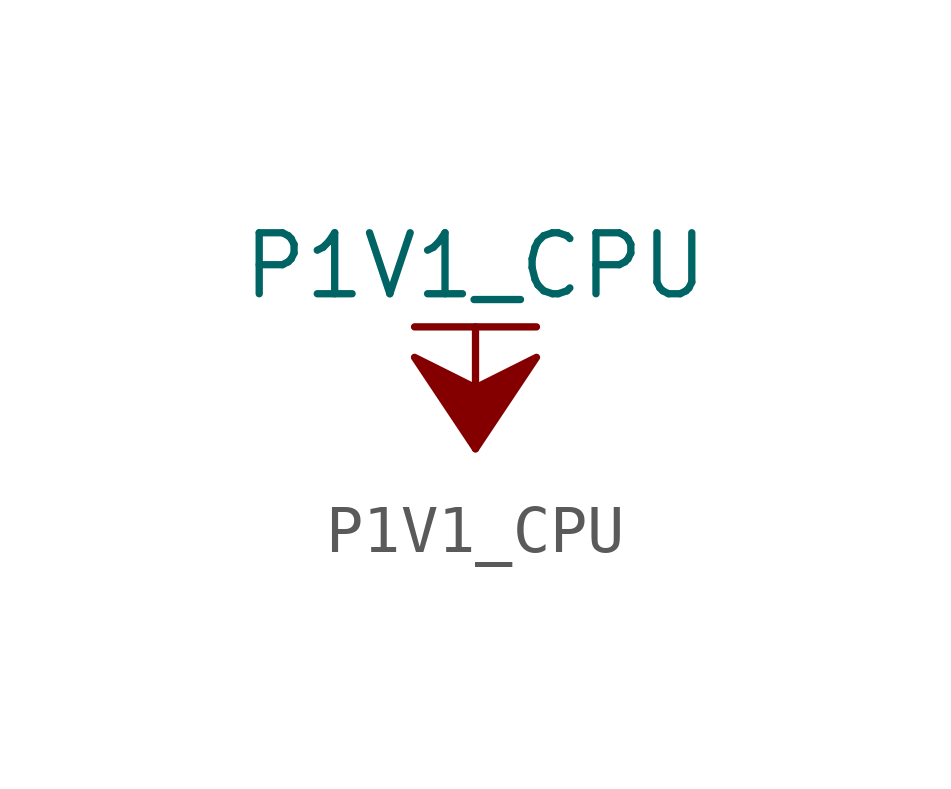
<source format=kicad_sym>
(kicad_symbol_lib
  (version 20211014)
  (generator kicad_symbol_editor)
  (symbol "P1V1_CPU"
    (power)
    (pin_names
      (offset 0))
    (property "Reference" "#PWR"
      (at 0 -3.81 0)
      (effects (font (size 1.27 1.27)) hide))
    (property "Value" "P1V1_CPU"
      (at 0 3.81 0)
      (effects (font (size 1.27 1.27))))
    (symbol "P1V1_CPU_0_1"
      (polyline (pts (xy -1.27 2.54) (xy 1.27 2.54)) (stroke (width 0.152) (type default) (color 0 0 0 0)) (fill (type none)))
      (polyline (pts (xy 0 0) (xy 0 2.54)) (stroke (width 0.152) (type default) (color 0 0 0 0)) (fill (type none)))
      (polyline (pts (xy 0 0) (xy 1.27 1.905) (xy 0 1.27) (xy -1.27 1.905) (xy 0 0)) (stroke (width 0.152) (type default) (color 0 0 0 0)) (fill (type outline))))
    (symbol "P1V1_CPU_1_1"
      (pin power_in line (at 0 0 90) (length 0) hide (name "P1V1_CPU" (effects (font (size 1.27 1.27)))) (number "1" (effects (font (size 1.27 1.27))))))))
</source>
